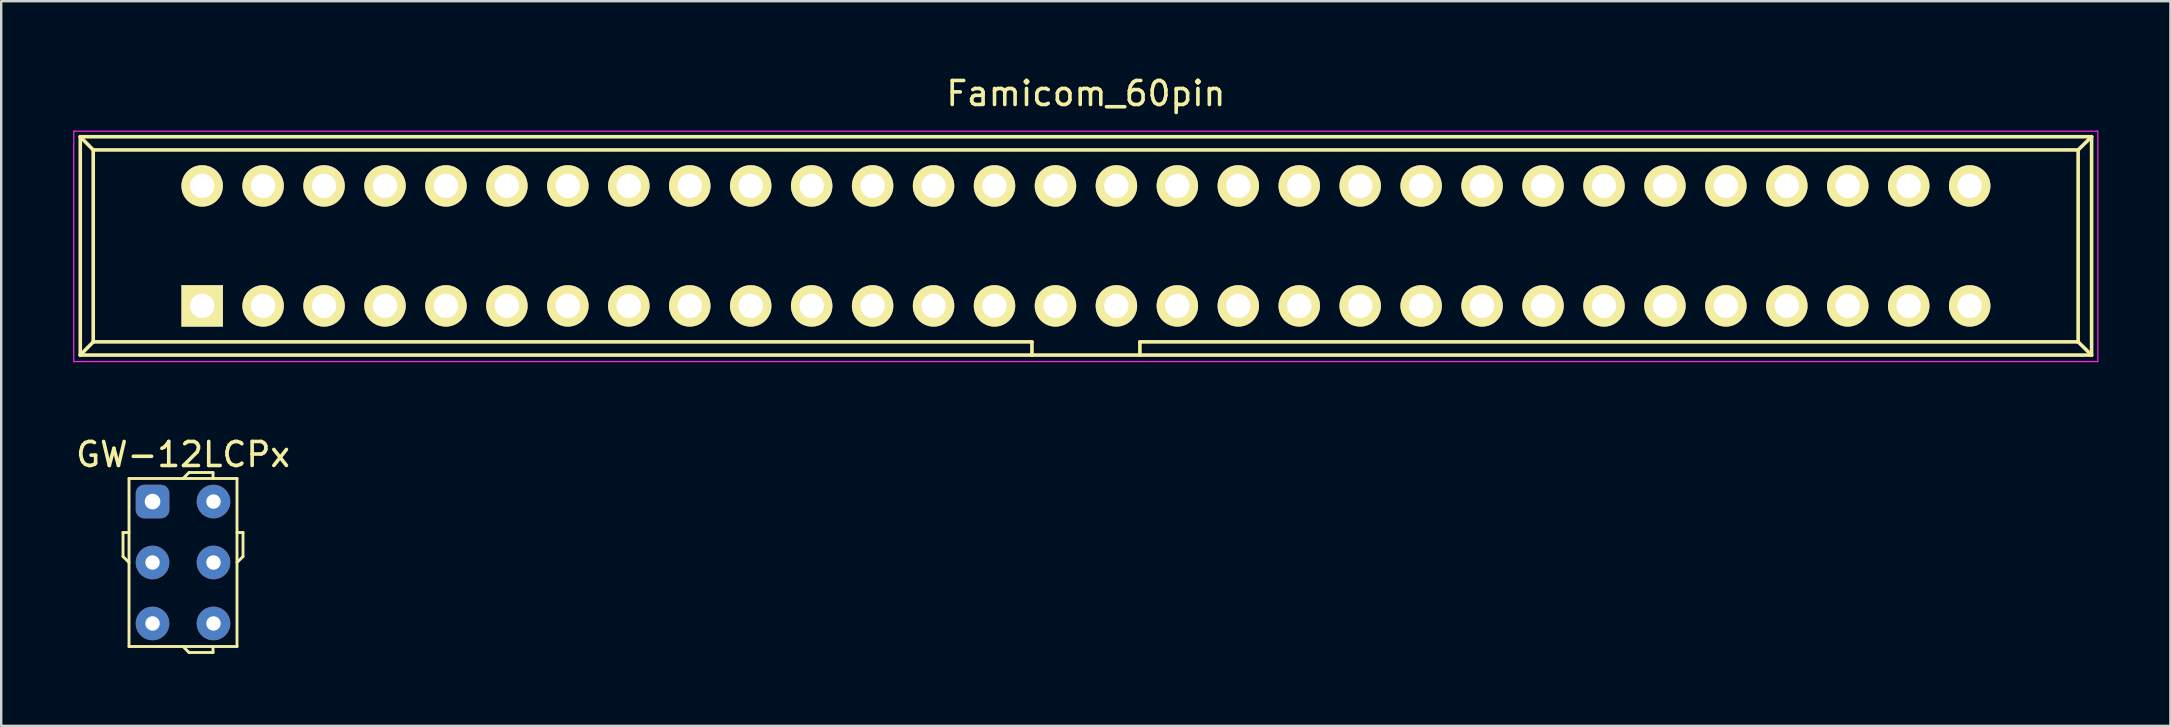
<source format=kicad_pcb>
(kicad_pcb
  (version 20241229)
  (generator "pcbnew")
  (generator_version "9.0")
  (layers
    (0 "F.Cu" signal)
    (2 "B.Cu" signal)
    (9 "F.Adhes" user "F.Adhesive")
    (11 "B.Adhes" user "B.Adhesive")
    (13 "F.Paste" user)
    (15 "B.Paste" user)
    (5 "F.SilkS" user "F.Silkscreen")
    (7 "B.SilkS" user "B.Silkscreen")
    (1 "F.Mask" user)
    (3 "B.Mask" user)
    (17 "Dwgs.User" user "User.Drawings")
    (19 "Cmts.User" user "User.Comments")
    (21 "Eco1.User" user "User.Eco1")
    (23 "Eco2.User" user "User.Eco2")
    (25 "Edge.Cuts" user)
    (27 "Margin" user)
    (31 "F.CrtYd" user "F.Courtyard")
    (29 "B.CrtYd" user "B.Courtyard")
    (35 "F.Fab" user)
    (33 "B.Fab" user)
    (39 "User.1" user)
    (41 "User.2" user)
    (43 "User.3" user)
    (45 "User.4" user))
  (footprint "GW-12LCPx"
    (layer "F.Cu")
    (at 4.577 20.392)
    (property "Reference" "GW-12LCPx" (at 0 -4.5 0) (layer "F.SilkS") (effects (font (size 1 1) (thickness 0.15))))
    (attr through_hole)
    (fp_line (start -2.5 -1.25) (end -2.5 -0.25) (stroke (width 0.12) (type solid)) (layer "F.SilkS"))
    (fp_line (start -2.5 -0.25) (end -2.25 0) (stroke (width 0.12) (type solid)) (layer "F.SilkS"))
    (fp_line (start -2.25 -3.5) (end 2.25 -3.5) (stroke (width 0.12) (type solid)) (layer "F.SilkS"))
    (fp_line (start -2.25 -1.25) (end -2.5 -1.25) (stroke (width 0.12) (type solid)) (layer "F.SilkS"))
    (fp_line (start -2.25 3.5) (end -2.25 -3.5) (stroke (width 0.12) (type solid)) (layer "F.SilkS"))
    (fp_line (start 0 -3.5) (end 0.25 -3.75) (stroke (width 0.12) (type solid)) (layer "F.SilkS"))
    (fp_line (start 0 3.5) (end 0.25 3.75) (stroke (width 0.12) (type solid)) (layer "F.SilkS"))
    (fp_line (start 0.25 -3.75) (end 1.25 -3.75) (stroke (width 0.12) (type solid)) (layer "F.SilkS"))
    (fp_line (start 0.25 3.75) (end 1.25 3.75) (stroke (width 0.12) (type solid)) (layer "F.SilkS"))
    (fp_line (start 1.25 -3.75) (end 1.25 -3.5) (stroke (width 0.12) (type solid)) (layer "F.SilkS"))
    (fp_line (start 1.25 3.75) (end 1.25 3.5) (stroke (width 0.12) (type solid)) (layer "F.SilkS"))
    (fp_line (start 2.25 -3.5) (end 2.25 3.5) (stroke (width 0.12) (type solid)) (layer "F.SilkS"))
    (fp_line (start 2.25 0) (end 2.5 -0.25) (stroke (width 0.12) (type solid)) (layer "F.SilkS"))
    (fp_line (start 2.25 3.5) (end -2.25 3.5) (stroke (width 0.12) (type solid)) (layer "F.SilkS"))
    (fp_line (start 2.5 -1.25) (end 2.25 -1.25) (stroke (width 0.12) (type solid)) (layer "F.SilkS"))
    (fp_line (start 2.5 -0.25) (end 2.5 -1.25) (stroke (width 0.12) (type solid)) (layer "F.SilkS"))
    (pad "1" thru_hole roundrect (at -1.27 -2.54 90) (size 1.4 1.4) (drill 0.65) (layers "*.Cu" "*.Mask") (roundrect_rratio 0.25))
    (pad "2" thru_hole circle (at -1.27 0 90) (size 1.4 1.4) (drill 0.6) (layers "*.Cu" "*.Mask"))
    (pad "3" thru_hole circle (at -1.27 2.54 90) (size 1.4 1.4) (drill 0.6) (layers "*.Cu" "*.Mask"))
    (pad "4" thru_hole circle (at 1.27 -2.54 90) (size 1.4 1.4) (drill 0.6) (layers "*.Cu" "*.Mask"))
    (pad "5" thru_hole circle (at 1.27 0 90) (size 1.4 1.4) (drill 0.6) (layers "*.Cu" "*.Mask"))
    (pad "6" thru_hole circle (at 1.27 2.54 90) (size 1.4 1.4) (drill 0.6) (layers "*.Cu" "*.Mask")))
  (footprint "Famicom_60pin"
    (layer "F.Cu")
    (at 42.205 7.198)
    (property "Reference" "Famicom_60pin" (at 0 -6.35 0) (layer "F.SilkS") (effects (font (size 1 1) (thickness 0.15))))
    (attr through_hole)
    (fp_line (start -41.91 -4.55) (end -41.91 4.55) (stroke (width 0.15) (type solid)) (layer "F.SilkS"))
    (fp_line (start -41.91 -4.55) (end -41.37 -4) (stroke (width 0.15) (type solid)) (layer "F.SilkS"))
    (fp_line (start -41.91 -4.55) (end 41.91 -4.55) (stroke (width 0.15) (type solid)) (layer "F.SilkS"))
    (fp_line (start -41.91 4.55) (end -41.37 4) (stroke (width 0.15) (type solid)) (layer "F.SilkS"))
    (fp_line (start -41.91 4.55) (end 41.91 4.55) (stroke (width 0.15) (type solid)) (layer "F.SilkS"))
    (fp_line (start -41.37 -4) (end -41.37 4) (stroke (width 0.15) (type solid)) (layer "F.SilkS"))
    (fp_line (start -41.37 -4) (end 41.35 -4) (stroke (width 0.15) (type solid)) (layer "F.SilkS"))
    (fp_line (start -41.37 4) (end -2.25 4) (stroke (width 0.15) (type solid)) (layer "F.SilkS"))
    (fp_line (start -2.25 4) (end -2.25 4.55) (stroke (width 0.15) (type solid)) (layer "F.SilkS"))
    (fp_line (start 2.25 4) (end 2.25 4.55) (stroke (width 0.15) (type solid)) (layer "F.SilkS"))
    (fp_line (start 2.25 4) (end 41.35 4) (stroke (width 0.15) (type solid)) (layer "F.SilkS"))
    (fp_line (start 41.35 -4) (end 41.35 4) (stroke (width 0.15) (type solid)) (layer "F.SilkS"))
    (fp_line (start 41.91 -4.55) (end 41.35 -4) (stroke (width 0.15) (type solid)) (layer "F.SilkS"))
    (fp_line (start 41.91 -4.55) (end 41.91 4.55) (stroke (width 0.15) (type solid)) (layer "F.SilkS"))
    (fp_line (start 41.91 4.55) (end 41.35 4) (stroke (width 0.15) (type solid)) (layer "F.SilkS"))
    (fp_line (start -42.18 -4.78) (end 42.17 -4.78) (stroke (width 0.05) (type solid)) (layer "F.CrtYd"))
    (fp_line (start -42.18 4.82) (end -42.18 -4.78) (stroke (width 0.05) (type solid)) (layer "F.CrtYd"))
    (fp_line (start 42.17 -4.78) (end 42.17 4.82) (stroke (width 0.05) (type solid)) (layer "F.CrtYd"))
    (fp_line (start 42.17 4.82) (end -42.18 4.82) (stroke (width 0.05) (type solid)) (layer "F.CrtYd"))
    (pad "1" thru_hole rect (at -36.83 2.5) (size 1.727 1.727) (drill 1.016) (layers "*.Cu" "*.Mask" "F.SilkS"))
    (pad "2" thru_hole oval (at -34.29 2.5) (size 1.727 1.727) (drill 1.016) (layers "*.Cu" "*.Mask" "F.SilkS"))
    (pad "3" thru_hole oval (at -31.75 2.5) (size 1.727 1.727) (drill 1.016) (layers "*.Cu" "*.Mask" "F.SilkS"))
    (pad "4" thru_hole oval (at -29.21 2.5) (size 1.727 1.727) (drill 1.016) (layers "*.Cu" "*.Mask" "F.SilkS"))
    (pad "5" thru_hole oval (at -26.67 2.5) (size 1.727 1.727) (drill 1.016) (layers "*.Cu" "*.Mask" "F.SilkS"))
    (pad "6" thru_hole oval (at -24.13 2.5) (size 1.727 1.727) (drill 1.016) (layers "*.Cu" "*.Mask" "F.SilkS"))
    (pad "7" thru_hole oval (at -21.59 2.5) (size 1.727 1.727) (drill 1.016) (layers "*.Cu" "*.Mask" "F.SilkS"))
    (pad "8" thru_hole oval (at -19.05 2.5) (size 1.727 1.727) (drill 1.016) (layers "*.Cu" "*.Mask" "F.SilkS"))
    (pad "9" thru_hole oval (at -16.51 2.5) (size 1.727 1.727) (drill 1.016) (layers "*.Cu" "*.Mask" "F.SilkS"))
    (pad "10" thru_hole oval (at -13.97 2.5) (size 1.727 1.727) (drill 1.016) (layers "*.Cu" "*.Mask" "F.SilkS"))
    (pad "11" thru_hole oval (at -11.43 2.5) (size 1.727 1.727) (drill 1.016) (layers "*.Cu" "*.Mask" "F.SilkS"))
    (pad "12" thru_hole oval (at -8.89 2.5) (size 1.727 1.727) (drill 1.016) (layers "*.Cu" "*.Mask" "F.SilkS"))
    (pad "13" thru_hole oval (at -6.35 2.5) (size 1.727 1.727) (drill 1.016) (layers "*.Cu" "*.Mask" "F.SilkS"))
    (pad "14" thru_hole oval (at -3.81 2.5) (size 1.727 1.727) (drill 1.016) (layers "*.Cu" "*.Mask" "F.SilkS"))
    (pad "15" thru_hole oval (at -1.27 2.5) (size 1.727 1.727) (drill 1.016) (layers "*.Cu" "*.Mask" "F.SilkS"))
    (pad "16" thru_hole oval (at 1.27 2.5) (size 1.727 1.727) (drill 1.016) (layers "*.Cu" "*.Mask" "F.SilkS"))
    (pad "17" thru_hole oval (at 3.81 2.5) (size 1.727 1.727) (drill 1.016) (layers "*.Cu" "*.Mask" "F.SilkS"))
    (pad "18" thru_hole oval (at 6.35 2.5) (size 1.727 1.727) (drill 1.016) (layers "*.Cu" "*.Mask" "F.SilkS"))
    (pad "19" thru_hole oval (at 8.89 2.5) (size 1.727 1.727) (drill 1.016) (layers "*.Cu" "*.Mask" "F.SilkS"))
    (pad "20" thru_hole oval (at 11.43 2.5) (size 1.727 1.727) (drill 1.016) (layers "*.Cu" "*.Mask" "F.SilkS"))
    (pad "21" thru_hole oval (at 13.97 2.5) (size 1.727 1.727) (drill 1.016) (layers "*.Cu" "*.Mask" "F.SilkS"))
    (pad "22" thru_hole oval (at 16.51 2.5) (size 1.727 1.727) (drill 1.016) (layers "*.Cu" "*.Mask" "F.SilkS"))
    (pad "23" thru_hole oval (at 19.05 2.5) (size 1.727 1.727) (drill 1.016) (layers "*.Cu" "*.Mask" "F.SilkS"))
    (pad "24" thru_hole oval (at 21.59 2.5) (size 1.727 1.727) (drill 1.016) (layers "*.Cu" "*.Mask" "F.SilkS"))
    (pad "25" thru_hole oval (at 24.13 2.5) (size 1.727 1.727) (drill 1.016) (layers "*.Cu" "*.Mask" "F.SilkS"))
    (pad "26" thru_hole oval (at 26.67 2.5) (size 1.727 1.727) (drill 1.016) (layers "*.Cu" "*.Mask" "F.SilkS"))
    (pad "27" thru_hole oval (at 29.21 2.5) (size 1.727 1.727) (drill 1.016) (layers "*.Cu" "*.Mask" "F.SilkS"))
    (pad "28" thru_hole oval (at 31.75 2.5) (size 1.727 1.727) (drill 1.016) (layers "*.Cu" "*.Mask" "F.SilkS"))
    (pad "29" thru_hole oval (at 34.29 2.5) (size 1.727 1.727) (drill 1.016) (layers "*.Cu" "*.Mask" "F.SilkS"))
    (pad "30" thru_hole oval (at 36.83 2.5) (size 1.727 1.727) (drill 1.016) (layers "*.Cu" "*.Mask" "F.SilkS"))
    (pad "31" thru_hole oval (at -36.83 -2.5) (size 1.727 1.727) (drill 1.016) (layers "*.Cu" "*.Mask" "F.SilkS"))
    (pad "32" thru_hole oval (at -34.29 -2.5) (size 1.727 1.727) (drill 1.016) (layers "*.Cu" "*.Mask" "F.SilkS"))
    (pad "33" thru_hole oval (at -31.75 -2.5) (size 1.727 1.727) (drill 1.016) (layers "*.Cu" "*.Mask" "F.SilkS"))
    (pad "34" thru_hole oval (at -29.21 -2.5) (size 1.727 1.727) (drill 1.016) (layers "*.Cu" "*.Mask" "F.SilkS"))
    (pad "35" thru_hole oval (at -26.67 -2.5) (size 1.727 1.727) (drill 1.016) (layers "*.Cu" "*.Mask" "F.SilkS"))
    (pad "36" thru_hole oval (at -24.13 -2.5) (size 1.727 1.727) (drill 1.016) (layers "*.Cu" "*.Mask" "F.SilkS"))
    (pad "37" thru_hole oval (at -21.59 -2.5) (size 1.727 1.727) (drill 1.016) (layers "*.Cu" "*.Mask" "F.SilkS"))
    (pad "38" thru_hole oval (at -19.05 -2.5) (size 1.727 1.727) (drill 1.016) (layers "*.Cu" "*.Mask" "F.SilkS"))
    (pad "39" thru_hole oval (at -16.51 -2.5) (size 1.727 1.727) (drill 1.016) (layers "*.Cu" "*.Mask" "F.SilkS"))
    (pad "40" thru_hole oval (at -13.97 -2.5) (size 1.727 1.727) (drill 1.016) (layers "*.Cu" "*.Mask" "F.SilkS"))
    (pad "41" thru_hole oval (at -11.43 -2.5) (size 1.727 1.727) (drill 1.016) (layers "*.Cu" "*.Mask" "F.SilkS"))
    (pad "42" thru_hole oval (at -8.89 -2.5) (size 1.727 1.727) (drill 1.016) (layers "*.Cu" "*.Mask" "F.SilkS"))
    (pad "43" thru_hole oval (at -6.35 -2.5) (size 1.727 1.727) (drill 1.016) (layers "*.Cu" "*.Mask" "F.SilkS"))
    (pad "44" thru_hole oval (at -3.81 -2.5) (size 1.727 1.727) (drill 1.016) (layers "*.Cu" "*.Mask" "F.SilkS"))
    (pad "45" thru_hole oval (at -1.27 -2.5) (size 1.727 1.727) (drill 1.016) (layers "*.Cu" "*.Mask" "F.SilkS"))
    (pad "46" thru_hole oval (at 1.27 -2.5) (size 1.727 1.727) (drill 1.016) (layers "*.Cu" "*.Mask" "F.SilkS"))
    (pad "47" thru_hole oval (at 3.81 -2.5) (size 1.727 1.727) (drill 1.016) (layers "*.Cu" "*.Mask" "F.SilkS"))
    (pad "48" thru_hole oval (at 6.35 -2.5) (size 1.727 1.727) (drill 1.016) (layers "*.Cu" "*.Mask" "F.SilkS"))
    (pad "49" thru_hole oval (at 8.89 -2.5) (size 1.727 1.727) (drill 1.016) (layers "*.Cu" "*.Mask" "F.SilkS"))
    (pad "50" thru_hole oval (at 11.43 -2.5) (size 1.727 1.727) (drill 1.016) (layers "*.Cu" "*.Mask" "F.SilkS"))
    (pad "51" thru_hole oval (at 13.97 -2.5) (size 1.727 1.727) (drill 1.016) (layers "*.Cu" "*.Mask" "F.SilkS"))
    (pad "52" thru_hole oval (at 16.51 -2.5) (size 1.727 1.727) (drill 1.016) (layers "*.Cu" "*.Mask" "F.SilkS"))
    (pad "53" thru_hole oval (at 19.05 -2.5) (size 1.727 1.727) (drill 1.016) (layers "*.Cu" "*.Mask" "F.SilkS"))
    (pad "54" thru_hole oval (at 21.59 -2.5) (size 1.727 1.727) (drill 1.016) (layers "*.Cu" "*.Mask" "F.SilkS"))
    (pad "55" thru_hole oval (at 24.13 -2.5) (size 1.727 1.727) (drill 1.016) (layers "*.Cu" "*.Mask" "F.SilkS"))
    (pad "56" thru_hole oval (at 26.67 -2.5) (size 1.727 1.727) (drill 1.016) (layers "*.Cu" "*.Mask" "F.SilkS"))
    (pad "57" thru_hole oval (at 29.21 -2.5) (size 1.727 1.727) (drill 1.016) (layers "*.Cu" "*.Mask" "F.SilkS"))
    (pad "58" thru_hole oval (at 31.75 -2.5) (size 1.727 1.727) (drill 1.016) (layers "*.Cu" "*.Mask" "F.SilkS"))
    (pad "59" thru_hole oval (at 34.29 -2.5) (size 1.727 1.727) (drill 1.016) (layers "*.Cu" "*.Mask" "F.SilkS"))
    (pad "60" thru_hole oval (at 36.83 -2.5) (size 1.727 1.727) (drill 1.016) (layers "*.Cu" "*.Mask" "F.SilkS")))
  (gr_rect
    (start -3 -3)
    (end 87.4 27.201)
    (stroke (width 0.1) (type default))
    (fill no)
    (layer "Edge.Cuts")))
</source>
